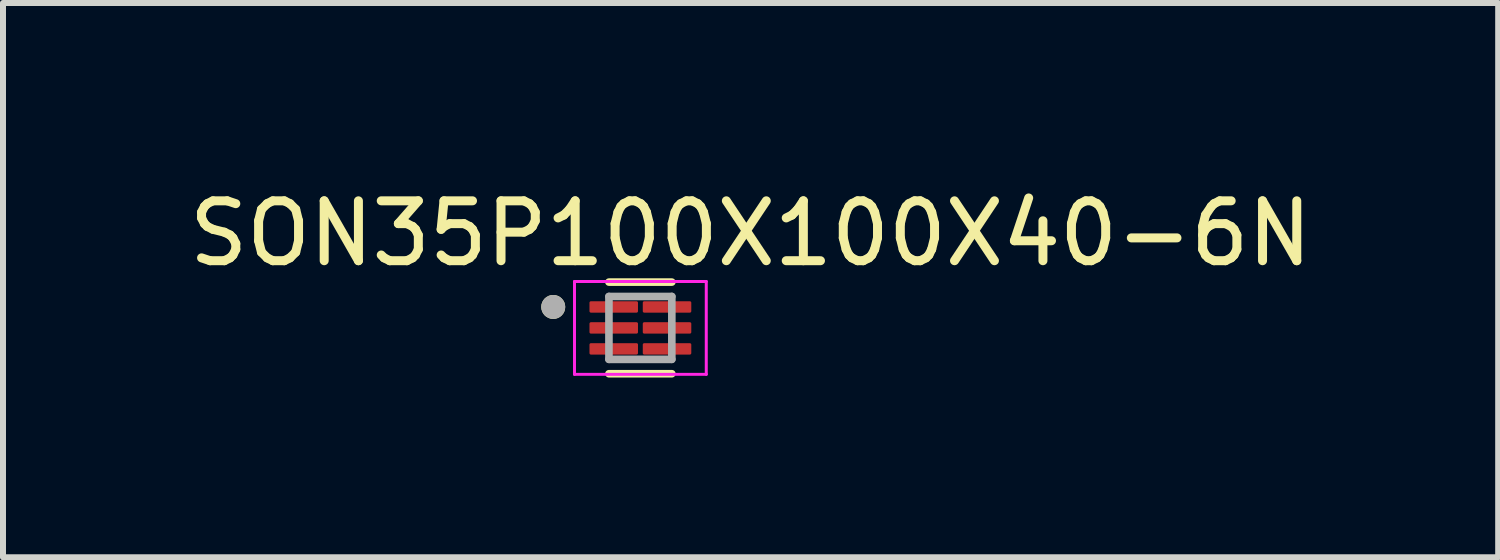
<source format=kicad_pcb>
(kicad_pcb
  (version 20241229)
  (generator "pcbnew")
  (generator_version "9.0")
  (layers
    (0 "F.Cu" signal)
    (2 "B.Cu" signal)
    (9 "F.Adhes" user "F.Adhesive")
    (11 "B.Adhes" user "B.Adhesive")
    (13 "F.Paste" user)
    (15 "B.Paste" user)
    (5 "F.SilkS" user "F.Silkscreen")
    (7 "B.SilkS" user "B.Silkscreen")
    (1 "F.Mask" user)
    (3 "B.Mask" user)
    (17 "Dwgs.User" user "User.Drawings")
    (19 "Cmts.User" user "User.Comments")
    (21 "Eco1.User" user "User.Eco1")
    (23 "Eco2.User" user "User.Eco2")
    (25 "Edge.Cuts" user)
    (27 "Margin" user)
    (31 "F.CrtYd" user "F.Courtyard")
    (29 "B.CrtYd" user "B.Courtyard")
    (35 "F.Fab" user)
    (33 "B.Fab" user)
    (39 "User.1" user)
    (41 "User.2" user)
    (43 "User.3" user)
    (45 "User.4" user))
  (footprint "SON35P100X100X40-6N"
    (layer "F.Cu")
    (at 7.642 2.425)
    (property "Reference" "SON35P100X100X40-6N" (at 1.84 -1.577 0) (layer "F.SilkS") (effects (font (size 1 1) (thickness 0.15))))
    (attr smd)
    (fp_line (start -0.525 -0.765) (end 0.525 -0.765) (stroke (width 0.127) (type solid)) (layer "F.SilkS"))
    (fp_line (start -0.525 0.765) (end 0.525 0.765) (stroke (width 0.127) (type solid)) (layer "F.SilkS"))
    (fp_circle (center -1.455 -0.35) (end -1.355 -0.35) (stroke (width 0.2) (type solid)) (fill no) (layer "F.SilkS"))
    (fp_line (start -1.1 -0.775) (end -1.1 0.775) (stroke (width 0.05) (type solid)) (layer "F.CrtYd"))
    (fp_line (start -1.1 -0.775) (end 1.1 -0.775) (stroke (width 0.05) (type solid)) (layer "F.CrtYd"))
    (fp_line (start -1.1 0.775) (end 1.1 0.775) (stroke (width 0.05) (type solid)) (layer "F.CrtYd"))
    (fp_line (start 1.1 -0.775) (end 1.1 0.775) (stroke (width 0.05) (type solid)) (layer "F.CrtYd"))
    (fp_line (start -0.525 -0.525) (end -0.525 0.525) (stroke (width 0.127) (type solid)) (layer "F.Fab"))
    (fp_line (start -0.525 -0.525) (end 0.525 -0.525) (stroke (width 0.127) (type solid)) (layer "F.Fab"))
    (fp_line (start -0.525 0.525) (end 0.525 0.525) (stroke (width 0.127) (type solid)) (layer "F.Fab"))
    (fp_line (start 0.525 -0.525) (end 0.525 0.525) (stroke (width 0.127) (type solid)) (layer "F.Fab"))
    (fp_circle (center -1.455 -0.35) (end -1.355 -0.35) (stroke (width 0.2) (type solid)) (fill no) (layer "F.Fab"))
    (pad "1" smd roundrect (at -0.445 -0.35) (size 0.81 0.19) (layers "F.Cu" "F.Mask" "F.Paste") (roundrect_rratio 0.125))
    (pad "2" smd roundrect (at -0.445 0) (size 0.81 0.19) (layers "F.Cu" "F.Mask" "F.Paste") (roundrect_rratio 0.125))
    (pad "3" smd roundrect (at -0.445 0.35) (size 0.81 0.19) (layers "F.Cu" "F.Mask" "F.Paste") (roundrect_rratio 0.125))
    (pad "4" smd roundrect (at 0.445 0.35) (size 0.81 0.19) (layers "F.Cu" "F.Mask" "F.Paste") (roundrect_rratio 0.125))
    (pad "5" smd roundrect (at 0.445 0) (size 0.81 0.19) (layers "F.Cu" "F.Mask" "F.Paste") (roundrect_rratio 0.125))
    (pad "6" smd roundrect (at 0.445 -0.35) (size 0.81 0.19) (layers "F.Cu" "F.Mask" "F.Paste") (roundrect_rratio 0.125)))
  (gr_rect
    (start -3 -3)
    (end 21.964 6.254)
    (stroke (width 0.1) (type default))
    (fill no)
    (layer "Edge.Cuts")))
</source>
